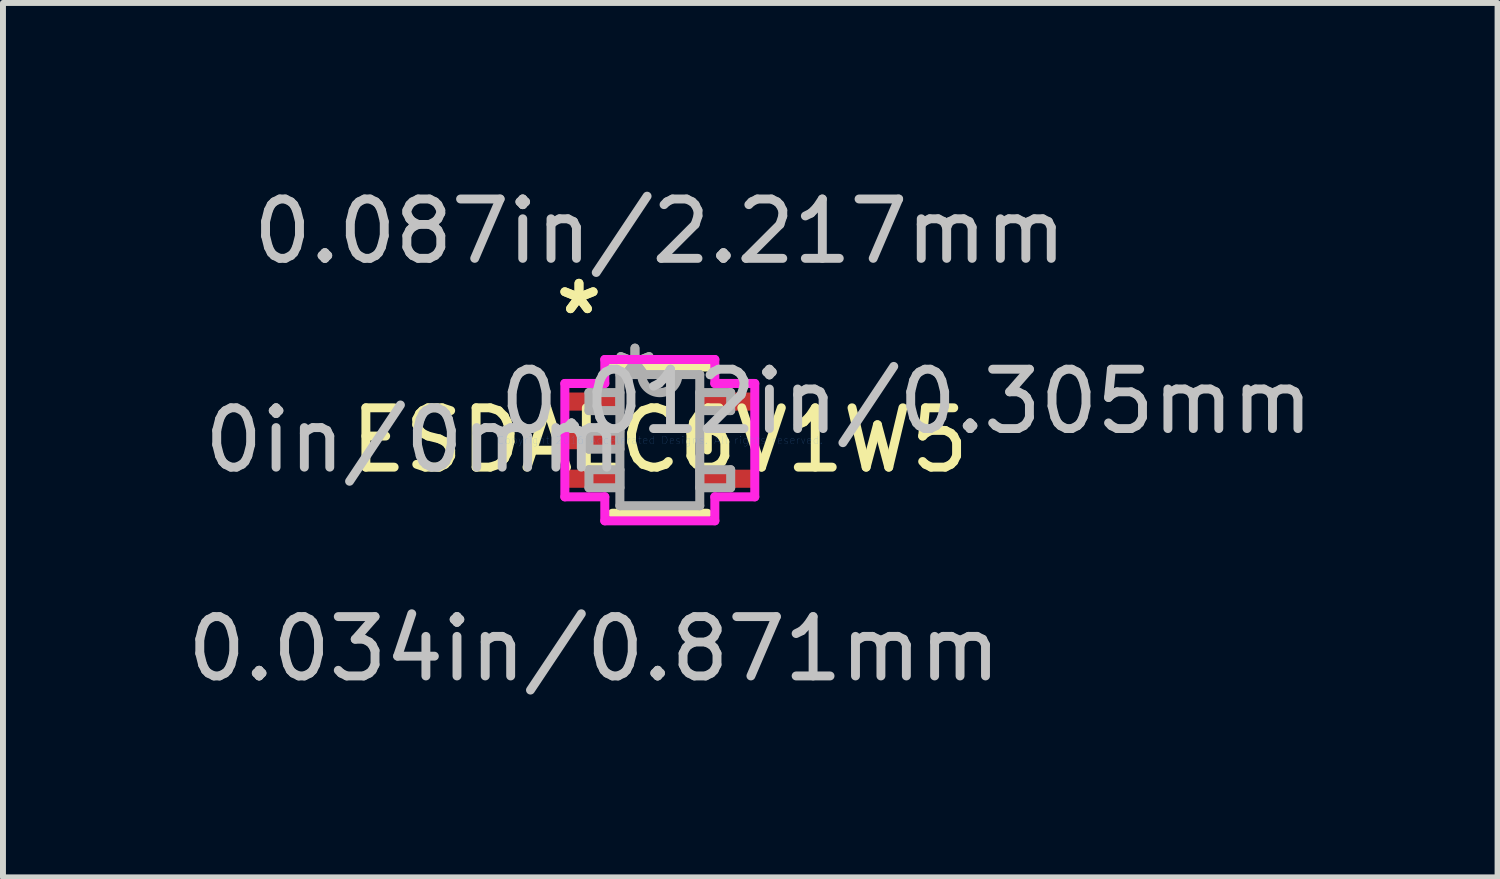
<source format=kicad_pcb>
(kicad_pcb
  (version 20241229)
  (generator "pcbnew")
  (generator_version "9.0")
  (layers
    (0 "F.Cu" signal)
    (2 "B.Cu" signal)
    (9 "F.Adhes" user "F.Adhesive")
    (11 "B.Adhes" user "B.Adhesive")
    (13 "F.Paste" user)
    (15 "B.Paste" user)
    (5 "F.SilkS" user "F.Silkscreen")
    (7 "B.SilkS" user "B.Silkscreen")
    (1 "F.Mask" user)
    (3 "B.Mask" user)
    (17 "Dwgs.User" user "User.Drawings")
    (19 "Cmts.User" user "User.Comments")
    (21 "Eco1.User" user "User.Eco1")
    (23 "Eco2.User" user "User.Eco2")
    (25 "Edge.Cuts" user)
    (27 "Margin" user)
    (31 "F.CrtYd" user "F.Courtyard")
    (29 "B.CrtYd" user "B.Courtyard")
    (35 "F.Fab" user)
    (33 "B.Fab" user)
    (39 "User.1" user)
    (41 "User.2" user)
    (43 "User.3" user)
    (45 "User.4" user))
  (footprint "ESDALC6V1W5"
    (layer "F.Cu")
    (at 8.067 4.366)
    (property "Reference" "ESDALC6V1W5" (at 0 0 0) (layer "F.SilkS") (effects (font (size 1 1) (thickness 0.15))))
    (attr through_hole)
    (fp_line (start -0.8 1.232) (end 0.8 1.232) (stroke (width 0.152) (type solid)) (layer "F.SilkS"))
    (fp_line (start 0.8 -1.232) (end -0.8 -1.232) (stroke (width 0.152) (type solid)) (layer "F.SilkS"))
    (fp_line (start 0.8 0.165) (end 0.8 -0.165) (stroke (width 0.152) (type solid)) (layer "F.SilkS"))
    (fp_line (start -1.6 -0.955) (end -0.927 -0.955) (stroke (width 0.152) (type solid)) (layer "F.CrtYd"))
    (fp_line (start -1.6 0.955) (end -1.6 -0.955) (stroke (width 0.152) (type solid)) (layer "F.CrtYd"))
    (fp_line (start -0.927 -1.359) (end 0.927 -1.359) (stroke (width 0.152) (type solid)) (layer "F.CrtYd"))
    (fp_line (start -0.927 -0.955) (end -0.927 -1.359) (stroke (width 0.152) (type solid)) (layer "F.CrtYd"))
    (fp_line (start -0.927 0.955) (end -1.6 0.955) (stroke (width 0.152) (type solid)) (layer "F.CrtYd"))
    (fp_line (start -0.927 1.359) (end -0.927 0.955) (stroke (width 0.152) (type solid)) (layer "F.CrtYd"))
    (fp_line (start 0.927 -1.359) (end 0.927 -0.955) (stroke (width 0.152) (type solid)) (layer "F.CrtYd"))
    (fp_line (start 0.927 -0.955) (end 1.6 -0.955) (stroke (width 0.152) (type solid)) (layer "F.CrtYd"))
    (fp_line (start 0.927 0.955) (end 0.927 1.359) (stroke (width 0.152) (type solid)) (layer "F.CrtYd"))
    (fp_line (start 0.927 1.359) (end -0.927 1.359) (stroke (width 0.152) (type solid)) (layer "F.CrtYd"))
    (fp_line (start 1.6 -0.955) (end 1.6 0.955) (stroke (width 0.152) (type solid)) (layer "F.CrtYd"))
    (fp_line (start 1.6 0.955) (end 0.927 0.955) (stroke (width 0.152) (type solid)) (layer "F.CrtYd"))
    (fp_line (start -1.194 -0.802) (end -1.194 -0.498) (stroke (width 0.152) (type solid)) (layer "F.Fab"))
    (fp_line (start -1.194 -0.498) (end -0.673 -0.498) (stroke (width 0.152) (type solid)) (layer "F.Fab"))
    (fp_line (start -1.194 -0.152) (end -1.194 0.152) (stroke (width 0.152) (type solid)) (layer "F.Fab"))
    (fp_line (start -1.194 0.152) (end -0.673 0.152) (stroke (width 0.152) (type solid)) (layer "F.Fab"))
    (fp_line (start -1.194 0.498) (end -1.194 0.802) (stroke (width 0.152) (type solid)) (layer "F.Fab"))
    (fp_line (start -1.194 0.802) (end -0.673 0.802) (stroke (width 0.152) (type solid)) (layer "F.Fab"))
    (fp_line (start -0.673 -1.105) (end -0.673 1.105) (stroke (width 0.152) (type solid)) (layer "F.Fab"))
    (fp_line (start -0.673 -0.802) (end -1.194 -0.802) (stroke (width 0.152) (type solid)) (layer "F.Fab"))
    (fp_line (start -0.673 -0.498) (end -0.673 -0.802) (stroke (width 0.152) (type solid)) (layer "F.Fab"))
    (fp_line (start -0.673 -0.152) (end -1.194 -0.152) (stroke (width 0.152) (type solid)) (layer "F.Fab"))
    (fp_line (start -0.673 0.152) (end -0.673 -0.152) (stroke (width 0.152) (type solid)) (layer "F.Fab"))
    (fp_line (start -0.673 0.498) (end -1.194 0.498) (stroke (width 0.152) (type solid)) (layer "F.Fab"))
    (fp_line (start -0.673 0.802) (end -0.673 0.498) (stroke (width 0.152) (type solid)) (layer "F.Fab"))
    (fp_line (start -0.673 1.105) (end 0.673 1.105) (stroke (width 0.152) (type solid)) (layer "F.Fab"))
    (fp_line (start 0.673 -1.105) (end -0.673 -1.105) (stroke (width 0.152) (type solid)) (layer "F.Fab"))
    (fp_line (start 0.673 -0.802) (end 0.673 -0.498) (stroke (width 0.152) (type solid)) (layer "F.Fab"))
    (fp_line (start 0.673 -0.498) (end 1.194 -0.498) (stroke (width 0.152) (type solid)) (layer "F.Fab"))
    (fp_line (start 0.673 0.498) (end 0.673 0.802) (stroke (width 0.152) (type solid)) (layer "F.Fab"))
    (fp_line (start 0.673 0.802) (end 1.194 0.802) (stroke (width 0.152) (type solid)) (layer "F.Fab"))
    (fp_line (start 0.673 1.105) (end 0.673 -1.105) (stroke (width 0.152) (type solid)) (layer "F.Fab"))
    (fp_line (start 1.194 -0.802) (end 0.673 -0.802) (stroke (width 0.152) (type solid)) (layer "F.Fab"))
    (fp_line (start 1.194 -0.498) (end 1.194 -0.802) (stroke (width 0.152) (type solid)) (layer "F.Fab"))
    (fp_line (start 1.194 0.498) (end 0.673 0.498) (stroke (width 0.152) (type solid)) (layer "F.Fab"))
    (fp_line (start 1.194 0.802) (end 1.194 0.498) (stroke (width 0.152) (type solid)) (layer "F.Fab"))
    (fp_arc (start 0.3048 -1.1049) (mid 0 -0.8001) (end -0.3048 -1.1049) (stroke (width 0.1524) (type solid)) (layer "F.Fab"))
    (fp_text user "*" (at -1.362 -2.098 0) (layer "F.SilkS") (effects (font (size 1 1) (thickness 0.15))))
    (fp_text user "*" (at -1.362 -2.098 0) (layer "F.SilkS") (effects (font (size 1 1) (thickness 0.15))))
    (fp_text user "0.012in/0.305mm" (at 4.156 -0.65 0) (layer "Dwgs.User") (effects (font (size 1 1) (thickness 0.15))))
    (fp_text user "0.034in/0.871mm" (at -1.108 3.518 0) (layer "Dwgs.User") (effects (font (size 1 1) (thickness 0.15))))
    (fp_text user "0.087in/2.217mm" (at 0 -3.518 0) (layer "Dwgs.User") (effects (font (size 1 1) (thickness 0.15))))
    (fp_text user "0in/0mm" (at -4.156 0 0) (layer "Dwgs.User") (effects (font (size 1 1) (thickness 0.15))))
    (fp_text user "Copyright 2016 Accelerated Designs. All rights reserved." (at 0 0 0) (layer "Cmts.User") (effects (font (size 0.127 0.127) (thickness 0.002))))
    (fp_text user "*" (at -0.419 -1.006 0) (layer "F.Fab") (effects (font (size 1 1) (thickness 0.15))))
    (fp_text user "*" (at -0.419 -1.006 0) (layer "F.Fab") (effects (font (size 1 1) (thickness 0.15))))
    (pad "1" smd rect (at -1.108 -0.65) (size 0.871 0.305) (layers "F.Cu" "F.Mask" "F.Paste"))
    (pad "2" smd rect (at -1.108 0) (size 0.871 0.305) (layers "F.Cu" "F.Mask" "F.Paste"))
    (pad "3" smd rect (at -1.108 0.65) (size 0.871 0.305) (layers "F.Cu" "F.Mask" "F.Paste"))
    (pad "4" smd rect (at 1.108 0.65) (size 0.871 0.305) (layers "F.Cu" "F.Mask" "F.Paste"))
    (pad "5" smd rect (at 1.108 -0.65) (size 0.871 0.305) (layers "F.Cu" "F.Mask" "F.Paste")))
  (gr_rect
    (start -3 -3)
    (end 22.182 11.732)
    (stroke (width 0.1) (type default))
    (fill no)
    (layer "Edge.Cuts")))
</source>
